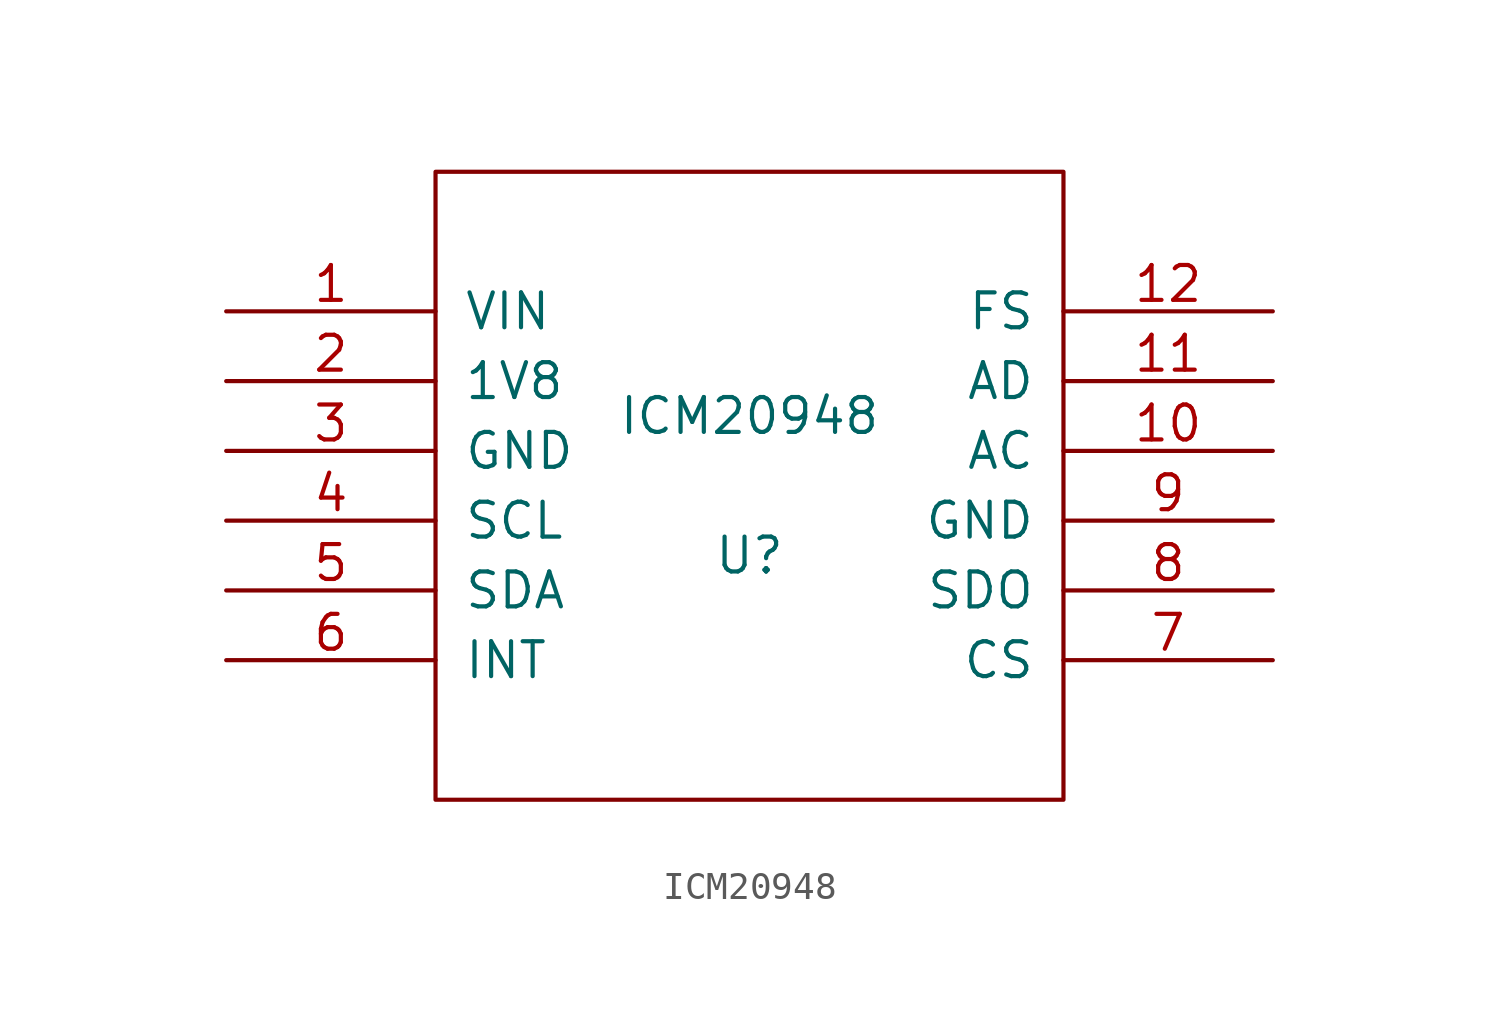
<source format=kicad_sym>
(kicad_symbol_lib
  (version 20231120)
  (generator "kicad_symbol_editor")
  (generator_version "8.0")
  (symbol "ICM20948"
    (pin_names
      (offset 1.016))
    (property "Reference" "U"
      (at 0 -2.54 0)
      (effects (font (size 1.27 1.27))))
    (property "Value" "ICM20948"
      (at 0 2.54 0)
      (effects (font (size 1.27 1.27))))
    (symbol "ICM20948_1_0"
      (rectangle (start -11.43 -11.43) (end 11.43 11.43) (stroke (width 0) (type solid)) (fill (type none))))
    (symbol "ICM20948_1_1"
      (pin power_in line (at -19.05 6.35 0) (length 7.62) (name "VIN" (effects (font (size 1.27 1.27)))) (number "1" (effects (font (size 1.27 1.27)))))
      (pin output line (at 19.05 1.27 180) (length 7.62) (name "AC" (effects (font (size 1.27 1.27)))) (number "10" (effects (font (size 1.27 1.27)))))
      (pin output line (at 19.05 3.81 180) (length 7.62) (name "AD" (effects (font (size 1.27 1.27)))) (number "11" (effects (font (size 1.27 1.27)))))
      (pin output line (at 19.05 6.35 180) (length 7.62) (name "FS" (effects (font (size 1.27 1.27)))) (number "12" (effects (font (size 1.27 1.27)))))
      (pin power_out line (at -19.05 3.81 0) (length 7.62) (name "1V8" (effects (font (size 1.27 1.27)))) (number "2" (effects (font (size 1.27 1.27)))))
      (pin power_in line (at -19.05 1.27 0) (length 7.62) (name "GND" (effects (font (size 1.27 1.27)))) (number "3" (effects (font (size 1.27 1.27)))))
      (pin bidirectional line (at -19.05 -1.27 0) (length 7.62) (name "SCL" (effects (font (size 1.27 1.27)))) (number "4" (effects (font (size 1.27 1.27)))))
      (pin bidirectional line (at -19.05 -3.81 0) (length 7.62) (name "SDA" (effects (font (size 1.27 1.27)))) (number "5" (effects (font (size 1.27 1.27)))))
      (pin output line (at -19.05 -6.35 0) (length 7.62) (name "INT" (effects (font (size 1.27 1.27)))) (number "6" (effects (font (size 1.27 1.27)))))
      (pin input line (at 19.05 -6.35 180) (length 7.62) (name "CS" (effects (font (size 1.27 1.27)))) (number "7" (effects (font (size 1.27 1.27)))))
      (pin bidirectional line (at 19.05 -3.81 180) (length 7.62) (name "SDO" (effects (font (size 1.27 1.27)))) (number "8" (effects (font (size 1.27 1.27)))))
      (pin power_in line (at 19.05 -1.27 180) (length 7.62) (name "GND" (effects (font (size 1.27 1.27)))) (number "9" (effects (font (size 1.27 1.27))))))))
</source>
